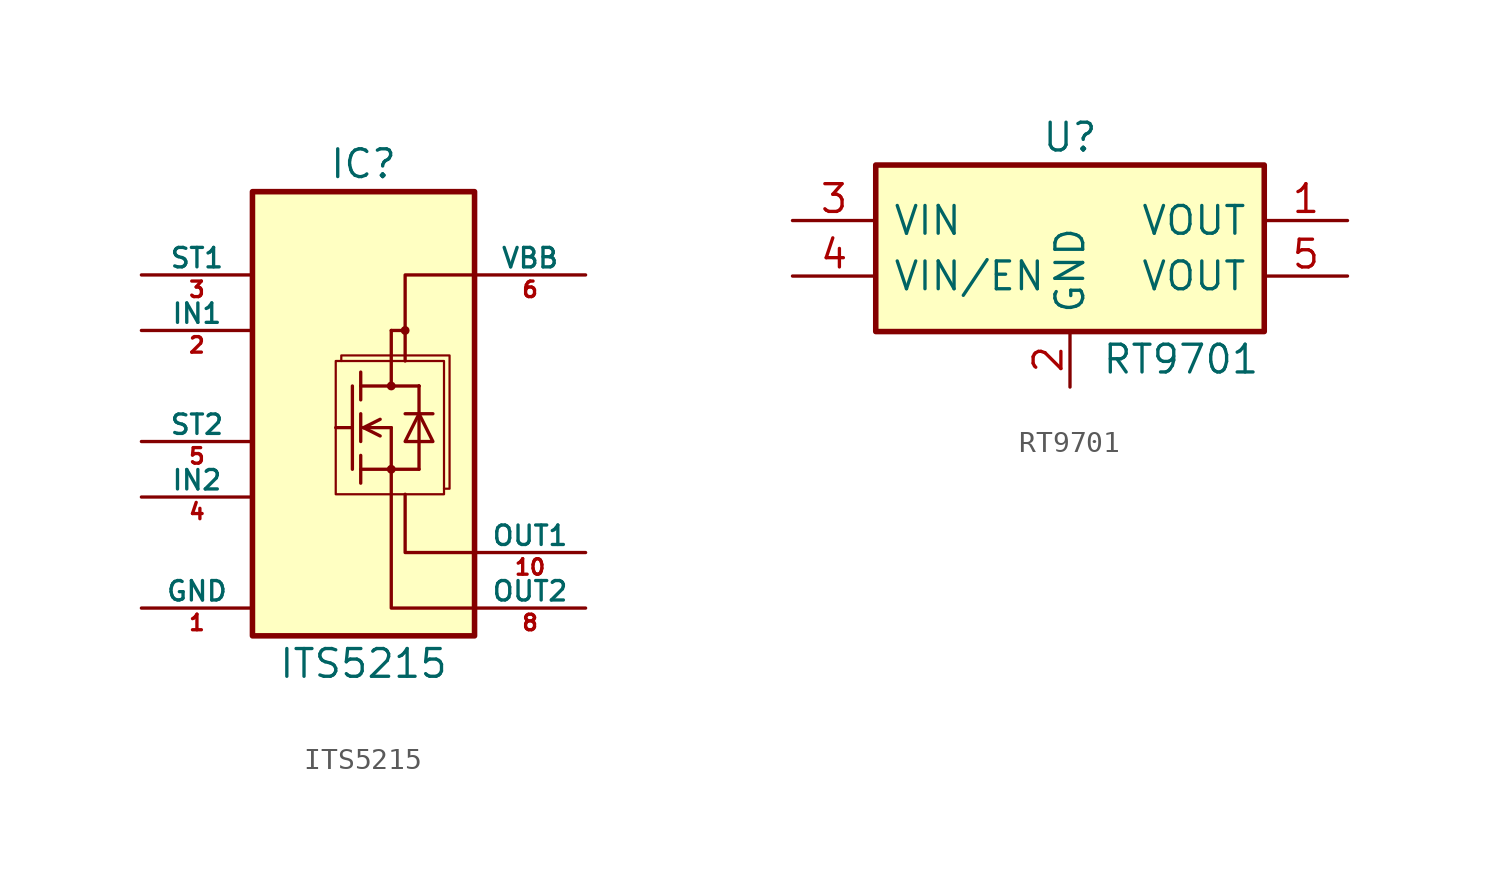
<source format=kicad_sym>
(kicad_symbol_lib
  (version 20200908)
  (generator kicad_symbol_editor)
  (symbol "Power_Management:ITS5215"
    (pin_names
      (offset 0))
    (property "Reference" "IC"
      (at 0 12.7 0)
      (effects (font (size 1.27 1.27))))
    (property "Value" "ITS5215"
      (at 0 -10.16 0)
      (effects (font (size 1.27 1.27))))
    (symbol "ITS5215_0_1"
      (circle (center 1.27 -1.27) (radius 0.127) (stroke (width 0.152)) (fill (type none)))
      (circle (center 1.27 2.54) (radius 0.127) (stroke (width 0.152)) (fill (type none)))
      (circle (center 1.905 5.08) (radius 0.127) (stroke (width 0.152)) (fill (type none)))
      (rectangle (start -5.08 11.43) (end 5.08 -8.89) (stroke (width 0.254)) (fill (type background)))
      (rectangle (start -1.27 3.683) (end 3.683 -2.413) (stroke (width 0.102)) (fill (type none)))
      (polyline (pts (xy -1.27 0.635) (xy -0.508 0.635)) (stroke (width 0.152)) (fill (type none)))
      (polyline (pts (xy -0.508 2.54) (xy -0.508 -1.27)) (stroke (width 0.152)) (fill (type none)))
      (polyline (pts (xy -0.127 -1.27) (xy 2.54 -1.27)) (stroke (width 0.152)) (fill (type none)))
      (polyline (pts (xy -0.127 -0.635) (xy -0.127 -1.905)) (stroke (width 0.152)) (fill (type none)))
      (polyline (pts (xy -0.127 1.27) (xy -0.127 0)) (stroke (width 0.152)) (fill (type none)))
      (polyline (pts (xy -0.127 3.175) (xy -0.127 1.905)) (stroke (width 0.152)) (fill (type none)))
      (polyline (pts (xy 0 0.635) (xy 0.762 0.254)) (stroke (width 0.152)) (fill (type none)))
      (polyline (pts (xy 0 0.635) (xy 0.762 1.016)) (stroke (width 0.152)) (fill (type none)))
      (polyline (pts (xy 0 0.635) (xy 1.27 0.635)) (stroke (width 0.152)) (fill (type none)))
      (polyline (pts (xy 1.27 2.54) (xy 1.27 5.08)) (stroke (width 0)) (fill (type none)))
      (polyline (pts (xy 1.905 1.27) (xy 3.175 1.27)) (stroke (width 0.152)) (fill (type none)))
      (polyline (pts (xy 2.54 2.54) (xy -0.127 2.54)) (stroke (width 0.152)) (fill (type none)))
      (polyline (pts (xy 2.54 2.54) (xy 2.54 -1.27)) (stroke (width 0.152)) (fill (type none)))
      (polyline (pts (xy 2.54 2.54) (xy 2.54 2.54)) (stroke (width 0)) (fill (type none)))
      (polyline (pts (xy 1.27 0.635) (xy 1.27 0) (xy 1.27 -1.27)) (stroke (width 0.152)) (fill (type none)))
      (polyline (pts (xy 1.27 5.08) (xy 1.905 5.08) (xy 1.905 3.683)) (stroke (width 0.152)) (fill (type none)))
      (polyline (pts (xy 1.905 -2.413) (xy 1.905 -5.08) (xy 5.08 -5.08)) (stroke (width 0.152)) (fill (type none)))
      (polyline (pts (xy 5.08 -7.62) (xy 1.27 -7.62) (xy 1.27 -1.27)) (stroke (width 0.152)) (fill (type none)))
      (polyline (pts (xy 5.08 7.62) (xy 1.905 7.62) (xy 1.905 5.08)) (stroke (width 0.152)) (fill (type none)))
      (polyline (pts (xy 2.54 1.27) (xy 1.905 0) (xy 3.175 0) (xy 2.54 1.27)) (stroke (width 0.152)) (fill (type none)))
      (polyline (pts (xy -1.016 3.683) (xy -1.016 3.937) (xy 3.937 3.937) (xy 3.937 -2.159) (xy 3.683 -2.159)) (stroke (width 0.102)) (fill (type none))))
    (symbol "ITS5215_1_1"
      (pin power_in line (at -10.16 -7.62 0) (length 5.08) (name "GND" (effects (font (size 0.889 0.889)))) (number "1" (effects (font (size 0.711 0.711)))))
      (pin open_emitter line (at 10.16 -5.08 180) (length 5.08) (name "OUT1" (effects (font (size 0.889 0.889)))) (number "10" (effects (font (size 0.711 0.711)))))
      (pin unconnected line (at 5.08 -2.54 180) (length 5.08) hide (name "NC" (effects (font (size 0.889 0.889)))) (number "11" (effects (font (size 0.711 0.711)))))
      (pin passive line (at 10.16 7.62 180) (length 5.08) hide (name "VBB" (effects (font (size 0.889 0.889)))) (number "12" (effects (font (size 0.711 0.711)))))
      (pin passive line (at 10.16 7.62 180) (length 5.08) hide (name "VBB" (effects (font (size 0.889 0.889)))) (number "13" (effects (font (size 0.711 0.711)))))
      (pin input line (at -10.16 5.08 0) (length 5.08) (name "IN1" (effects (font (size 0.889 0.889)))) (number "2" (effects (font (size 0.711 0.711)))))
      (pin open_collector line (at -10.16 7.62 0) (length 5.08) (name "ST1" (effects (font (size 0.889 0.889)))) (number "3" (effects (font (size 0.711 0.711)))))
      (pin input line (at -10.16 -2.54 0) (length 5.08) (name "IN2" (effects (font (size 0.889 0.889)))) (number "4" (effects (font (size 0.711 0.711)))))
      (pin open_collector line (at -10.16 0 0) (length 5.08) (name "ST2" (effects (font (size 0.889 0.889)))) (number "5" (effects (font (size 0.711 0.711)))))
      (pin power_in line (at 10.16 7.62 180) (length 5.08) (name "VBB" (effects (font (size 0.889 0.889)))) (number "6" (effects (font (size 0.711 0.711)))))
      (pin unconnected line (at 5.08 2.54 180) (length 5.08) hide (name "NC" (effects (font (size 0.889 0.889)))) (number "7" (effects (font (size 0.711 0.711)))))
      (pin open_emitter line (at 10.16 -7.62 180) (length 5.08) (name "OUT2" (effects (font (size 0.889 0.889)))) (number "8" (effects (font (size 0.711 0.711)))))
      (pin unconnected line (at 5.08 0 180) (length 5.08) hide (name "NC" (effects (font (size 0.889 0.889)))) (number "9" (effects (font (size 0.711 0.711)))))))
  (symbol "Power_Management:RT9701"
    (pin_names
      (offset 0.762))
    (property "Reference" "U"
      (at 0 6.35 0)
      (effects (font (size 1.27 1.27))))
    (property "Value" "RT9701"
      (at 5.08 -3.81 0)
      (effects (font (size 1.27 1.27))))
    (symbol "RT9701_0_1"
      (rectangle (start -8.89 5.08) (end 8.89 -2.54) (stroke (width 0.254)) (fill (type background))))
    (symbol "RT9701_1_1"
      (pin power_out line (at 12.7 2.54 180) (length 3.81) (name "VOUT" (effects (font (size 1.27 1.27)))) (number "1" (effects (font (size 1.27 1.27)))))
      (pin power_in line (at 0 -5.08 90) (length 2.54) (name "GND" (effects (font (size 1.27 1.27)))) (number "2" (effects (font (size 1.27 1.27)))))
      (pin power_in line (at -12.7 2.54 0) (length 3.81) (name "VIN" (effects (font (size 1.27 1.27)))) (number "3" (effects (font (size 1.27 1.27)))))
      (pin input line (at -12.7 0 0) (length 3.81) (name "VIN/EN" (effects (font (size 1.27 1.27)))) (number "4" (effects (font (size 1.27 1.27)))))
      (pin passive line (at 12.7 0 180) (length 3.81) (name "VOUT" (effects (font (size 1.27 1.27)))) (number "5" (effects (font (size 1.27 1.27))))))))
</source>
